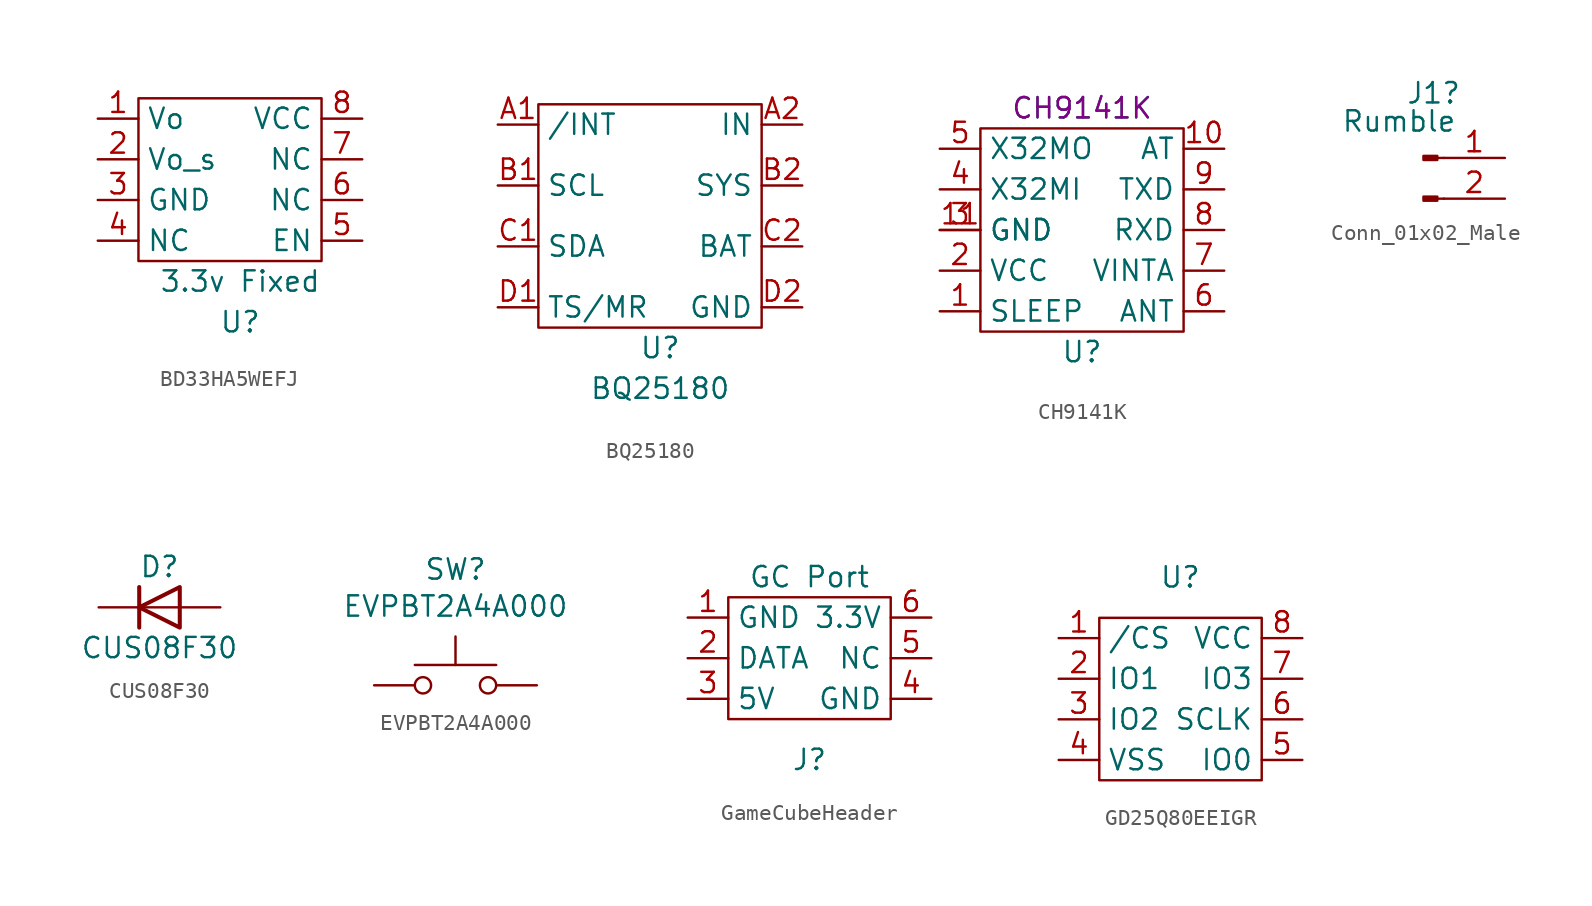
<source format=kicad_sym>
(kicad_symbol_lib
  (version 20231120)
  (generator "kicad_symbol_editor")
  (generator_version "8.0")
  (symbol "BD33HA5WEFJ"
    (property "Reference" "U"
      (at 0 -8.89 0)
      (effects (font (size 1.27 1.27))))
    (property "Value" "3.3v Fixed"
      (at 0 -6.35 0)
      (effects (font (size 1.27 1.27))))
    (symbol "BD33HA5WEFJ_0_1"
      (rectangle (start -6.35 5.08) (end 5.08 -5.08) (stroke (width 0) (type default)) (fill (type none))))
    (symbol "BD33HA5WEFJ_1_1"
      (pin input line (at -8.89 3.81 0) (length 2.54) (name "Vo" (effects (font (size 1.27 1.27)))) (number "1" (effects (font (size 1.27 1.27)))))
      (pin input line (at -8.89 1.27 0) (length 2.54) (name "Vo_s" (effects (font (size 1.27 1.27)))) (number "2" (effects (font (size 1.27 1.27)))))
      (pin input line (at -8.89 -1.27 0) (length 2.54) (name "GND" (effects (font (size 1.27 1.27)))) (number "3" (effects (font (size 1.27 1.27)))))
      (pin input line (at -8.89 -3.81 0) (length 2.54) (name "NC" (effects (font (size 1.27 1.27)))) (number "4" (effects (font (size 1.27 1.27)))))
      (pin input line (at 7.62 -3.81 180) (length 2.54) (name "EN" (effects (font (size 1.27 1.27)))) (number "5" (effects (font (size 1.27 1.27)))))
      (pin input line (at 7.62 -1.27 180) (length 2.54) (name "NC" (effects (font (size 1.27 1.27)))) (number "6" (effects (font (size 1.27 1.27)))))
      (pin input line (at 7.62 1.27 180) (length 2.54) (name "NC" (effects (font (size 1.27 1.27)))) (number "7" (effects (font (size 1.27 1.27)))))
      (pin input line (at 7.62 3.81 180) (length 2.54) (name "VCC" (effects (font (size 1.27 1.27)))) (number "8" (effects (font (size 1.27 1.27)))))))
  (symbol "BQ25180"
    (property "Reference" "U"
      (at 0 -8.89 0)
      (effects (font (size 1.27 1.27))))
    (property "Value" "BQ25180"
      (at 0 -11.43 0)
      (effects (font (size 1.27 1.27))))
    (symbol "BQ25180_0_1"
      (rectangle (start -7.62 6.35) (end 6.35 -7.62) (stroke (width 0) (type default)) (fill (type none))))
    (symbol "BQ25180_1_1"
      (pin input line (at -10.16 5.08 0) (length 2.54) (name "/INT" (effects (font (size 1.27 1.27)))) (number "A1" (effects (font (size 1.27 1.27)))))
      (pin input line (at 8.89 5.08 180) (length 2.54) (name "IN" (effects (font (size 1.27 1.27)))) (number "A2" (effects (font (size 1.27 1.27)))))
      (pin input line (at -10.16 1.27 0) (length 2.54) (name "SCL" (effects (font (size 1.27 1.27)))) (number "B1" (effects (font (size 1.27 1.27)))))
      (pin input line (at 8.89 1.27 180) (length 2.54) (name "SYS" (effects (font (size 1.27 1.27)))) (number "B2" (effects (font (size 1.27 1.27)))))
      (pin input line (at -10.16 -2.54 0) (length 2.54) (name "SDA" (effects (font (size 1.27 1.27)))) (number "C1" (effects (font (size 1.27 1.27)))))
      (pin input line (at 8.89 -2.54 180) (length 2.54) (name "BAT" (effects (font (size 1.27 1.27)))) (number "C2" (effects (font (size 1.27 1.27)))))
      (pin input line (at -10.16 -6.35 0) (length 2.54) (name "TS/MR" (effects (font (size 1.27 1.27)))) (number "D1" (effects (font (size 1.27 1.27)))))
      (pin input line (at 8.89 -6.35 180) (length 2.54) (name "GND" (effects (font (size 1.27 1.27)))) (number "D2" (effects (font (size 1.27 1.27)))))))
  (symbol "CH9141K"
    (property "Reference" "U"
      (at 0 -7.62 0)
      (effects (font (size 1.27 1.27))))
    (property "Value" "CH9141K"
      (at 0 7.62 0)
      (effects (font (size 1.27 1.27))))
    (property "MPN" "CH9141K"
      (at 0 7.62 0)
      (effects (font (size 1.27 1.27))))
    (symbol "CH9141K_0_0"
      (pin power_in line (at -8.89 0 0) (length 2.54) (name "GND" (effects (font (size 1.27 1.27)))) (number "11" (effects (font (size 1.27 1.27)))))
      (pin power_in line (at -8.89 0 0) (length 2.54) (name "GND" (effects (font (size 1.27 1.27)))) (number "3" (effects (font (size 1.27 1.27))))))
    (symbol "CH9141K_0_1"
      (rectangle (start -6.35 6.35) (end 6.35 -6.35) (stroke (width 0) (type default)) (fill (type none))))
    (symbol "CH9141K_1_0"
      (pin bidirectional line (at -8.89 -5.08 0) (length 2.54) (name "SLEEP" (effects (font (size 1.27 1.27)))) (number "1" (effects (font (size 1.27 1.27)))))
      (pin power_in line (at 8.89 5.08 180) (length 2.54) (name "AT" (effects (font (size 1.27 1.27)))) (number "10" (effects (font (size 1.27 1.27)))))
      (pin bidirectional line (at -8.89 -2.54 0) (length 2.54) (name "VCC" (effects (font (size 1.27 1.27)))) (number "2" (effects (font (size 1.27 1.27)))))
      (pin bidirectional line (at -8.89 2.54 0) (length 2.54) (name "X32MI" (effects (font (size 1.27 1.27)))) (number "4" (effects (font (size 1.27 1.27)))))
      (pin bidirectional line (at -8.89 5.08 0) (length 2.54) (name "X32MO" (effects (font (size 1.27 1.27)))) (number "5" (effects (font (size 1.27 1.27)))))
      (pin bidirectional line (at 8.89 -5.08 180) (length 2.54) (name "ANT" (effects (font (size 1.27 1.27)))) (number "6" (effects (font (size 1.27 1.27)))))
      (pin power_in line (at 8.89 -2.54 180) (length 2.54) (name "VINTA" (effects (font (size 1.27 1.27)))) (number "7" (effects (font (size 1.27 1.27)))))
      (pin output line (at 8.89 0 180) (length 2.54) (name "RXD" (effects (font (size 1.27 1.27)))) (number "8" (effects (font (size 1.27 1.27)))))
      (pin input line (at 8.89 2.54 180) (length 2.54) (name "TXD" (effects (font (size 1.27 1.27)))) (number "9" (effects (font (size 1.27 1.27)))))))
  (symbol "Conn_01x02_Male"
    (pin_names
      (offset 1.016) hide)
    (property "Reference" "J1"
      (at 0.635 4.043 0)
      (effects (font (size 1.27 1.27))))
    (property "Value" "Rumble"
      (at -1.524 2.286 0)
      (effects (font (size 1.27 1.27))))
    (symbol "Conn_01x02_Male_1_1"
      (polyline (pts (xy 1.27 -2.54) (xy 0.864 -2.54)) (stroke (width 0.152) (type default)) (fill (type none)))
      (polyline (pts (xy 1.27 0) (xy 0.864 0)) (stroke (width 0.152) (type default)) (fill (type none)))
      (rectangle (start 0.864 -2.413) (end 0 -2.667) (stroke (width 0.152) (type default)) (fill (type outline)))
      (rectangle (start 0.864 0.127) (end 0 -0.127) (stroke (width 0.152) (type default)) (fill (type outline)))
      (pin passive line (at 5.08 0 180) (length 3.81) (name "Pin_1" (effects (font (size 1.27 1.27)))) (number "1" (effects (font (size 1.27 1.27)))))
      (pin passive line (at 5.08 -2.54 180) (length 3.81) (name "Pin_2" (effects (font (size 1.27 1.27)))) (number "2" (effects (font (size 1.27 1.27)))))))
  (symbol "CUS08F30"
    (pin_numbers hide)
    (pin_names
      (offset 1.016) hide)
    (property "Reference" "D"
      (at 0 2.54 0)
      (effects (font (size 1.27 1.27))))
    (property "Value" "CUS08F30"
      (at 0 -2.54 0)
      (effects (font (size 1.27 1.27))))
    (symbol "CUS08F30_0_1"
      (polyline (pts (xy -1.27 1.27) (xy -1.27 -1.27)) (stroke (width 0.254) (type default)) (fill (type none)))
      (polyline (pts (xy 1.27 0) (xy -1.27 0)) (stroke (width 0) (type default)) (fill (type none)))
      (polyline (pts (xy 1.27 1.27) (xy 1.27 -1.27) (xy -1.27 0) (xy 1.27 1.27)) (stroke (width 0.254) (type default)) (fill (type none))))
    (symbol "CUS08F30_1_1"
      (pin passive line (at -3.81 0 0) (length 2.54) (name "K" (effects (font (size 1.27 1.27)))) (number "1" (effects (font (size 1.27 1.27)))))
      (pin passive line (at 3.81 0 180) (length 2.54) (name "A" (effects (font (size 1.27 1.27)))) (number "2" (effects (font (size 1.27 1.27)))))))
  (symbol "EVPBT2A4A000"
    (pin_numbers hide)
    (pin_names
      (offset 1.016) hide)
    (property "Reference" "SW"
      (at 0 7.239 0)
      (effects (font (size 1.27 1.27))))
    (property "Value" "EVPBT2A4A000"
      (at 0 4.928 0)
      (effects (font (size 1.27 1.27))))
    (symbol "EVPBT2A4A000_0_1"
      (circle (center -2.032 0) (radius 0.508) (stroke (width 0) (type default)) (fill (type none)))
      (polyline (pts (xy 0 1.27) (xy 0 3.048)) (stroke (width 0) (type default)) (fill (type none)))
      (polyline (pts (xy 2.54 1.27) (xy -2.54 1.27)) (stroke (width 0) (type default)) (fill (type none)))
      (circle (center 2.032 0) (radius 0.508) (stroke (width 0) (type default)) (fill (type none))))
    (symbol "EVPBT2A4A000_1_1"
      (pin passive line (at -5.08 0 0) (length 2.54) (name "1" (effects (font (size 1.27 1.27)))) (number "1" (effects (font (size 1.27 1.27)))))
      (pin passive line (at 5.08 0 180) (length 2.54) hide (name "2" (effects (font (size 1.27 1.27)))) (number "2" (effects (font (size 1.27 1.27)))))
      (pin passive line (at 5.08 0 180) (length 2.54) (name "3" (effects (font (size 1.27 1.27)))) (number "3" (effects (font (size 1.27 1.27)))))
      (pin passive line (at -5.08 0 0) (length 2.54) hide (name "4" (effects (font (size 1.27 1.27)))) (number "4" (effects (font (size 1.27 1.27)))))))
  (symbol "GameCubeHeader"
    (property "Reference" "J"
      (at 0 -6.35 0)
      (effects (font (size 1.27 1.27))))
    (property "Value" "GC Port"
      (at 0 5.08 0)
      (effects (font (size 1.27 1.27))))
    (symbol "GameCubeHeader_0_1"
      (polyline (pts (xy -5.08 2.54) (xy -5.08 3.81) (xy 5.08 3.81) (xy 5.08 -3.81) (xy -5.08 -3.81) (xy -5.08 2.54)) (stroke (width 0) (type default)) (fill (type none))))
    (symbol "GameCubeHeader_1_1"
      (pin input line (at -7.62 2.54 0) (length 2.54) (name "GND" (effects (font (size 1.27 1.27)))) (number "1" (effects (font (size 1.27 1.27)))))
      (pin input line (at -7.62 0 0) (length 2.54) (name "DATA" (effects (font (size 1.27 1.27)))) (number "2" (effects (font (size 1.27 1.27)))))
      (pin input line (at -7.62 -2.54 0) (length 2.54) (name "5V" (effects (font (size 1.27 1.27)))) (number "3" (effects (font (size 1.27 1.27)))))
      (pin input line (at 7.62 -2.54 180) (length 2.54) (name "GND" (effects (font (size 1.27 1.27)))) (number "4" (effects (font (size 1.27 1.27)))))
      (pin input line (at 7.62 0 180) (length 2.54) (name "NC" (effects (font (size 1.27 1.27)))) (number "5" (effects (font (size 1.27 1.27)))))
      (pin input line (at 7.62 2.54 180) (length 2.54) (name "3.3V" (effects (font (size 1.27 1.27)))) (number "6" (effects (font (size 1.27 1.27)))))))
  (symbol "GD25Q80EEIGR"
    (property "Reference" "U"
      (at -0.015 7.62 0)
      (effects (font (size 1.27 1.27))))
    (symbol "GD25Q80EEIGR_0_1"
      (rectangle (start -5.08 5.08) (end 5.08 -5.08) (stroke (width 0) (type default)) (fill (type none))))
    (symbol "GD25Q80EEIGR_1_1"
      (pin input line (at -7.62 3.81 0) (length 2.54) (name "/CS" (effects (font (size 1.27 1.27)))) (number "1" (effects (font (size 1.27 1.27)))))
      (pin input line (at -7.62 1.27 0) (length 2.54) (name "IO1" (effects (font (size 1.27 1.27)))) (number "2" (effects (font (size 1.27 1.27)))))
      (pin input line (at -7.62 -1.27 0) (length 2.54) (name "IO2" (effects (font (size 1.27 1.27)))) (number "3" (effects (font (size 1.27 1.27)))))
      (pin input line (at -7.62 -3.81 0) (length 2.54) (name "VSS" (effects (font (size 1.27 1.27)))) (number "4" (effects (font (size 1.27 1.27)))))
      (pin input line (at 7.62 -3.81 180) (length 2.54) (name "IO0" (effects (font (size 1.27 1.27)))) (number "5" (effects (font (size 1.27 1.27)))))
      (pin input line (at 7.62 -1.27 180) (length 2.54) (name "SCLK" (effects (font (size 1.27 1.27)))) (number "6" (effects (font (size 1.27 1.27)))))
      (pin input line (at 7.62 1.27 180) (length 2.54) (name "IO3" (effects (font (size 1.27 1.27)))) (number "7" (effects (font (size 1.27 1.27)))))
      (pin input line (at 7.62 3.81 180) (length 2.54) (name "VCC" (effects (font (size 1.27 1.27)))) (number "8" (effects (font (size 1.27 1.27))))))))
</source>
